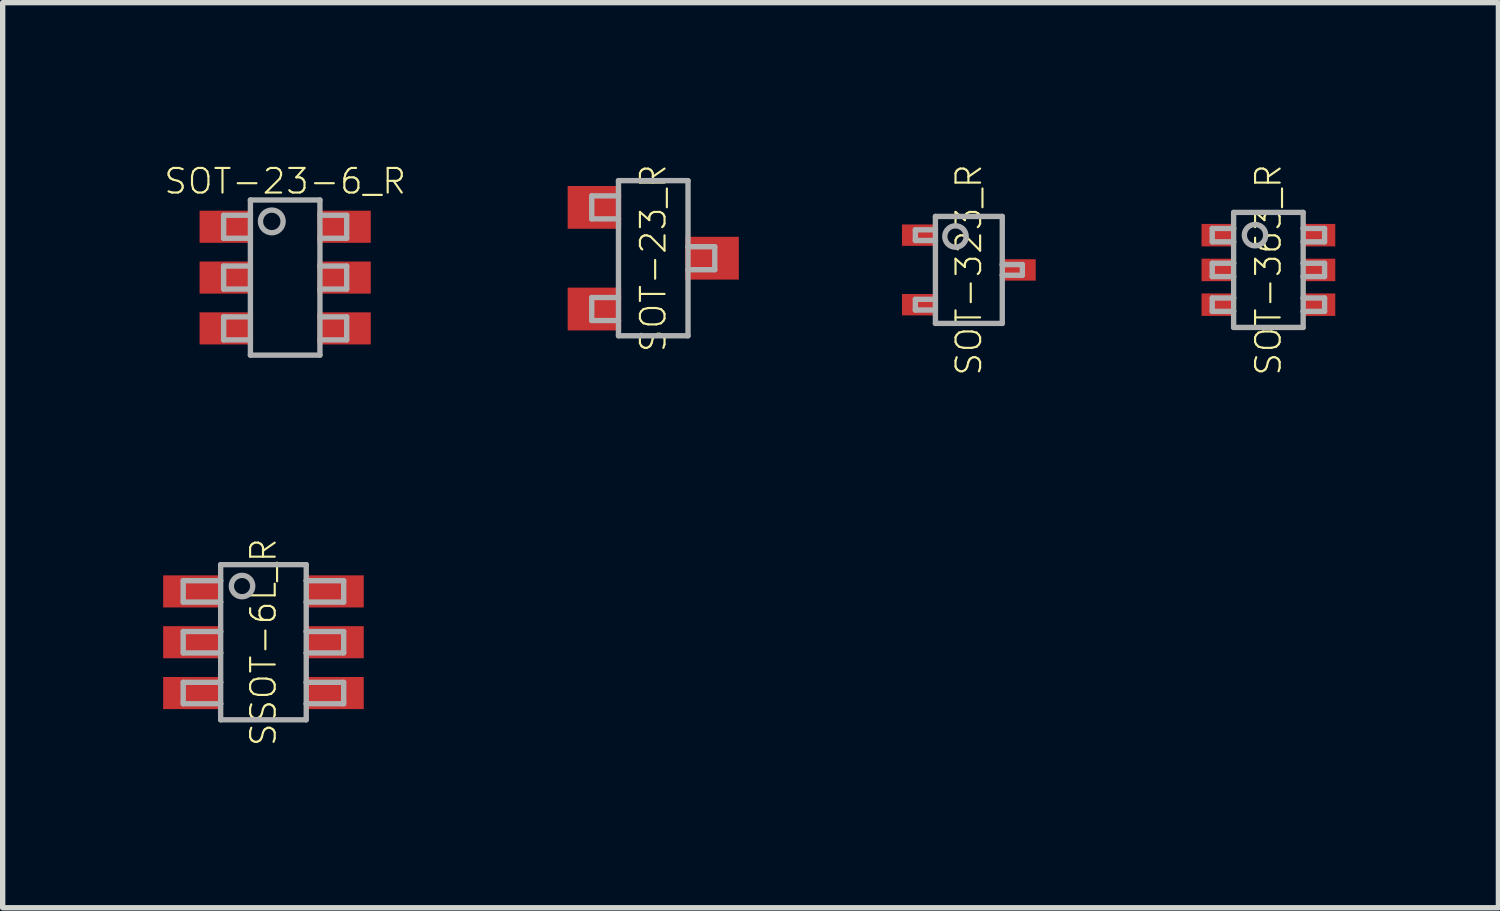
<source format=kicad_pcb>
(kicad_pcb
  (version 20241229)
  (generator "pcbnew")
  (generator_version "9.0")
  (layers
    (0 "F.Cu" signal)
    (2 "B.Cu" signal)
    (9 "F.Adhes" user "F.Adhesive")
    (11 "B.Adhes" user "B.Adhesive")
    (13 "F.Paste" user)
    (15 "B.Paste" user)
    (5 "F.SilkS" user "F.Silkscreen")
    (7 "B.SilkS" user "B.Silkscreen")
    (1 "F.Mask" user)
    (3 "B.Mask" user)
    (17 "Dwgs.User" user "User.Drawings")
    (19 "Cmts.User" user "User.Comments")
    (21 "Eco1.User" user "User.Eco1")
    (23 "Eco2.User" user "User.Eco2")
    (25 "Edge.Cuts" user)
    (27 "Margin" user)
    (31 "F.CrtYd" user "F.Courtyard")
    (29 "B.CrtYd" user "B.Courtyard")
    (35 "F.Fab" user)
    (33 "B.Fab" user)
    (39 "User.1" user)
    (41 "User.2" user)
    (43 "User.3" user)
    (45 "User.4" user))
  (footprint "SOT-23_R"
    (layer "F.Cu")
    (at 9.162 1.777)
    (property "Reference" "SOT-23_R" (at 0 0 90) (unlocked yes) (layer "F.SilkS") (effects (font (size 0.46 0.46) (thickness 0.04))))
    (fp_poly (pts (xy -0.6 -0.55) (xy -1.6 -0.55) (xy -1.6 -1.35) (xy -0.6 -1.35)) (stroke (width 0) (type default)) (fill yes) (layer "F.Paste"))
    (fp_poly (pts (xy -0.6 1.35) (xy -1.6 1.35) (xy -1.6 0.55) (xy -0.6 0.55)) (stroke (width 0) (type default)) (fill yes) (layer "F.Paste"))
    (fp_poly (pts (xy 1.6 0.4) (xy 0.6 0.4) (xy 0.6 -0.4) (xy 1.6 -0.4)) (stroke (width 0) (type default)) (fill yes) (layer "F.Paste"))
    (fp_line (start -1.15 -1.165) (end -0.65 -1.165) (stroke (width 0.1) (type solid)) (layer "F.Fab"))
    (fp_line (start -1.15 -0.735) (end -1.15 -1.165) (stroke (width 0.1) (type solid)) (layer "F.Fab"))
    (fp_line (start -1.15 0.735) (end -0.65 0.735) (stroke (width 0.1) (type solid)) (layer "F.Fab"))
    (fp_line (start -1.15 1.165) (end -1.15 0.735) (stroke (width 0.1) (type solid)) (layer "F.Fab"))
    (fp_line (start -0.65 -1.45) (end 0.65 -1.45) (stroke (width 0.1) (type solid)) (layer "F.Fab"))
    (fp_line (start -0.65 -1.165) (end -0.65 -1.45) (stroke (width 0.1) (type solid)) (layer "F.Fab"))
    (fp_line (start -0.65 -0.735) (end -1.15 -0.735) (stroke (width 0.1) (type solid)) (layer "F.Fab"))
    (fp_line (start -0.65 -0.735) (end -0.65 -1.165) (stroke (width 0.1) (type solid)) (layer "F.Fab"))
    (fp_line (start -0.65 0.735) (end -0.65 -0.735) (stroke (width 0.1) (type solid)) (layer "F.Fab"))
    (fp_line (start -0.65 1.165) (end -1.15 1.165) (stroke (width 0.1) (type solid)) (layer "F.Fab"))
    (fp_line (start -0.65 1.165) (end -0.65 0.735) (stroke (width 0.1) (type solid)) (layer "F.Fab"))
    (fp_line (start -0.65 1.45) (end -0.65 1.165) (stroke (width 0.1) (type solid)) (layer "F.Fab"))
    (fp_line (start 0.65 -1.45) (end 0.65 -0.215) (stroke (width 0.1) (type solid)) (layer "F.Fab"))
    (fp_line (start 0.65 -0.215) (end 0.65 0.215) (stroke (width 0.1) (type solid)) (layer "F.Fab"))
    (fp_line (start 0.65 0.215) (end 0.65 1.45) (stroke (width 0.1) (type solid)) (layer "F.Fab"))
    (fp_line (start 0.65 0.215) (end 1.15 0.215) (stroke (width 0.1) (type solid)) (layer "F.Fab"))
    (fp_line (start 0.65 1.45) (end -0.65 1.45) (stroke (width 0.1) (type solid)) (layer "F.Fab"))
    (fp_line (start 1.15 -0.215) (end 0.65 -0.215) (stroke (width 0.1) (type solid)) (layer "F.Fab"))
    (fp_line (start 1.15 0.215) (end 1.15 -0.215) (stroke (width 0.1) (type solid)) (layer "F.Fab"))
    (pad "1" smd rect (at -1.1 -0.95) (size 1 0.8) (layers "F.Cu" "F.Mask"))
    (pad "2" smd rect (at -1.1 0.95) (size 1 0.8) (layers "F.Cu" "F.Mask"))
    (pad "3" smd rect (at 1.1 0) (size 1 0.8) (layers "F.Cu" "F.Mask")))
  (footprint "SOT-23-6_R"
    (layer "F.Cu")
    (at 2.281 2.139)
    (property "Reference" "SOT-23-6_R" (at 0 -1.8 0) (unlocked yes) (layer "F.SilkS") (effects (font (size 0.46 0.46) (thickness 0.04))))
    (fp_poly (pts (xy -1.65 -0.6) (xy -0.55 -0.6) (xy -0.55 -1.3) (xy -1.65 -1.3)) (stroke (width 0) (type default)) (fill yes) (layer "F.Mask"))
    (fp_poly (pts (xy -1.65 0.35) (xy -0.55 0.35) (xy -0.55 -0.35) (xy -1.65 -0.35)) (stroke (width 0) (type default)) (fill yes) (layer "F.Mask"))
    (fp_poly (pts (xy -1.65 1.3) (xy -0.55 1.3) (xy -0.55 0.6) (xy -1.65 0.6)) (stroke (width 0) (type default)) (fill yes) (layer "F.Mask"))
    (fp_poly (pts (xy 0.55 -0.6) (xy 1.65 -0.6) (xy 1.65 -1.3) (xy 0.55 -1.3)) (stroke (width 0) (type default)) (fill yes) (layer "F.Mask"))
    (fp_poly (pts (xy 0.55 0.35) (xy 1.65 0.35) (xy 1.65 -0.35) (xy 0.55 -0.35)) (stroke (width 0) (type default)) (fill yes) (layer "F.Mask"))
    (fp_poly (pts (xy 0.55 1.3) (xy 1.65 1.3) (xy 1.65 0.6) (xy 0.55 0.6)) (stroke (width 0) (type default)) (fill yes) (layer "F.Mask"))
    (fp_line (start -1.15 -1.165) (end -0.65 -1.165) (stroke (width 0.1) (type solid)) (layer "F.Fab"))
    (fp_line (start -1.15 -0.735) (end -1.15 -1.165) (stroke (width 0.1) (type solid)) (layer "F.Fab"))
    (fp_line (start -1.15 -0.215) (end -1.15 0.215) (stroke (width 0.1) (type solid)) (layer "F.Fab"))
    (fp_line (start -1.15 0.215) (end -0.65 0.215) (stroke (width 0.1) (type solid)) (layer "F.Fab"))
    (fp_line (start -1.15 0.735) (end -0.65 0.735) (stroke (width 0.1) (type solid)) (layer "F.Fab"))
    (fp_line (start -1.15 1.165) (end -1.15 0.735) (stroke (width 0.1) (type solid)) (layer "F.Fab"))
    (fp_line (start -0.65 -1.45) (end 0.65 -1.45) (stroke (width 0.1) (type solid)) (layer "F.Fab"))
    (fp_line (start -0.65 -1.165) (end -0.65 -1.45) (stroke (width 0.1) (type solid)) (layer "F.Fab"))
    (fp_line (start -0.65 -0.735) (end -1.15 -0.735) (stroke (width 0.1) (type solid)) (layer "F.Fab"))
    (fp_line (start -0.65 -0.735) (end -0.65 -1.165) (stroke (width 0.1) (type solid)) (layer "F.Fab"))
    (fp_line (start -0.65 -0.215) (end -1.15 -0.215) (stroke (width 0.1) (type solid)) (layer "F.Fab"))
    (fp_line (start -0.65 0.735) (end -0.65 -0.735) (stroke (width 0.1) (type solid)) (layer "F.Fab"))
    (fp_line (start -0.65 1.165) (end -1.15 1.165) (stroke (width 0.1) (type solid)) (layer "F.Fab"))
    (fp_line (start -0.65 1.165) (end -0.65 0.735) (stroke (width 0.1) (type solid)) (layer "F.Fab"))
    (fp_line (start -0.65 1.45) (end -0.65 1.165) (stroke (width 0.1) (type solid)) (layer "F.Fab"))
    (fp_line (start 0.65 -1.45) (end 0.65 -0.215) (stroke (width 0.1) (type solid)) (layer "F.Fab"))
    (fp_line (start 0.65 -0.735) (end 1.15 -0.735) (stroke (width 0.1) (type solid)) (layer "F.Fab"))
    (fp_line (start 0.65 -0.215) (end 0.65 0.215) (stroke (width 0.1) (type solid)) (layer "F.Fab"))
    (fp_line (start 0.65 0.215) (end 0.65 1.45) (stroke (width 0.1) (type solid)) (layer "F.Fab"))
    (fp_line (start 0.65 0.215) (end 1.15 0.215) (stroke (width 0.1) (type solid)) (layer "F.Fab"))
    (fp_line (start 0.65 1.165) (end 1.15 1.165) (stroke (width 0.1) (type solid)) (layer "F.Fab"))
    (fp_line (start 0.65 1.45) (end -0.65 1.45) (stroke (width 0.1) (type solid)) (layer "F.Fab"))
    (fp_line (start 1.15 -1.165) (end 0.65 -1.165) (stroke (width 0.1) (type solid)) (layer "F.Fab"))
    (fp_line (start 1.15 -0.735) (end 1.15 -1.165) (stroke (width 0.1) (type solid)) (layer "F.Fab"))
    (fp_line (start 1.15 -0.215) (end 0.65 -0.215) (stroke (width 0.1) (type solid)) (layer "F.Fab"))
    (fp_line (start 1.15 0.215) (end 1.15 -0.215) (stroke (width 0.1) (type solid)) (layer "F.Fab"))
    (fp_line (start 1.15 0.735) (end 0.65 0.735) (stroke (width 0.1) (type solid)) (layer "F.Fab"))
    (fp_line (start 1.15 1.165) (end 1.15 0.735) (stroke (width 0.1) (type solid)) (layer "F.Fab"))
    (fp_circle (center -0.25 -1.05) (end -0.038 -1.05) (stroke (width 0.1) (type solid)) (fill no) (layer "F.Fab"))
    (pad "1" smd rect (at -1.1 -0.95) (size 1 0.6) (layers "F.Cu" "F.Paste"))
    (pad "2" smd rect (at -1.1 0) (size 1 0.6) (layers "F.Cu" "F.Paste"))
    (pad "3" smd rect (at -1.1 0.95) (size 1 0.6) (layers "F.Cu" "F.Paste"))
    (pad "4" smd rect (at 1.1 0.95) (size 1 0.6) (layers "F.Cu" "F.Paste"))
    (pad "5" smd rect (at 1.1 0) (size 1 0.6) (layers "F.Cu" "F.Paste"))
    (pad "6" smd rect (at 1.1 -0.95) (size 1 0.6) (layers "F.Cu" "F.Paste")))
  (footprint "SOT-363_R"
    (layer "F.Cu")
    (at 20.662 1.996)
    (property "Reference" "SOT-363_R" (at 0 0 90) (unlocked yes) (layer "F.SilkS") (effects (font (size 0.46 0.46) (thickness 0.04))))
    (fp_poly (pts (xy -1.3 -0.39) (xy -0.6 -0.39) (xy -0.6 -0.91) (xy -1.3 -0.91)) (stroke (width 0) (type default)) (fill yes) (layer "F.Mask"))
    (fp_poly (pts (xy -1.3 0.26) (xy -0.6 0.26) (xy -0.6 -0.26) (xy -1.3 -0.26)) (stroke (width 0) (type default)) (fill yes) (layer "F.Mask"))
    (fp_poly (pts (xy -1.3 0.91) (xy -0.6 0.91) (xy -0.6 0.39) (xy -1.3 0.39)) (stroke (width 0) (type default)) (fill yes) (layer "F.Mask"))
    (fp_poly (pts (xy 1.3 -0.91) (xy 0.6 -0.91) (xy 0.6 -0.39) (xy 1.3 -0.39)) (stroke (width 0) (type default)) (fill yes) (layer "F.Mask"))
    (fp_poly (pts (xy 1.3 -0.26) (xy 0.6 -0.26) (xy 0.6 0.26) (xy 1.3 0.26)) (stroke (width 0) (type default)) (fill yes) (layer "F.Mask"))
    (fp_poly (pts (xy 1.3 0.39) (xy 0.6 0.39) (xy 0.6 0.91) (xy 1.3 0.91)) (stroke (width 0) (type default)) (fill yes) (layer "F.Mask"))
    (fp_poly (pts (xy -0.65 -0.44) (xy -1.25 -0.44) (xy -1.25 -0.86) (xy -0.65 -0.86)) (stroke (width 0) (type default)) (fill yes) (layer "F.Paste"))
    (fp_poly (pts (xy -0.65 0.21) (xy -1.25 0.21) (xy -1.25 -0.21) (xy -0.65 -0.21)) (stroke (width 0) (type default)) (fill yes) (layer "F.Paste"))
    (fp_poly (pts (xy -0.65 0.86) (xy -1.25 0.86) (xy -1.25 0.44) (xy -0.65 0.44)) (stroke (width 0) (type default)) (fill yes) (layer "F.Paste"))
    (fp_poly (pts (xy 1.25 -0.44) (xy 0.65 -0.44) (xy 0.65 -0.86) (xy 1.25 -0.86)) (stroke (width 0) (type default)) (fill yes) (layer "F.Paste"))
    (fp_poly (pts (xy 1.25 0.21) (xy 0.65 0.21) (xy 0.65 -0.21) (xy 1.25 -0.21)) (stroke (width 0) (type default)) (fill yes) (layer "F.Paste"))
    (fp_poly (pts (xy 1.25 0.86) (xy 0.65 0.86) (xy 0.65 0.44) (xy 1.25 0.44)) (stroke (width 0) (type default)) (fill yes) (layer "F.Paste"))
    (fp_line (start -1.05 -0.775) (end -1.05 -0.525) (stroke (width 0.1) (type solid)) (layer "F.Fab"))
    (fp_line (start -1.05 -0.525) (end -0.65 -0.525) (stroke (width 0.1) (type solid)) (layer "F.Fab"))
    (fp_line (start -1.05 -0.125) (end -1.05 0.125) (stroke (width 0.1) (type solid)) (layer "F.Fab"))
    (fp_line (start -1.05 0.125) (end -0.65 0.125) (stroke (width 0.1) (type solid)) (layer "F.Fab"))
    (fp_line (start -1.05 0.525) (end -1.05 0.775) (stroke (width 0.1) (type solid)) (layer "F.Fab"))
    (fp_line (start -1.05 0.775) (end -0.65 0.775) (stroke (width 0.1) (type solid)) (layer "F.Fab"))
    (fp_line (start -0.65 -1.075) (end -0.65 -0.775) (stroke (width 0.1) (type solid)) (layer "F.Fab"))
    (fp_line (start -0.65 -1.075) (end 0.65 -1.075) (stroke (width 0.1) (type solid)) (layer "F.Fab"))
    (fp_line (start -0.65 -0.775) (end -1.05 -0.775) (stroke (width 0.1) (type solid)) (layer "F.Fab"))
    (fp_line (start -0.65 -0.775) (end -0.65 -0.525) (stroke (width 0.1) (type solid)) (layer "F.Fab"))
    (fp_line (start -0.65 -0.525) (end -0.65 -0.125) (stroke (width 0.1) (type solid)) (layer "F.Fab"))
    (fp_line (start -0.65 -0.125) (end -1.05 -0.125) (stroke (width 0.1) (type solid)) (layer "F.Fab"))
    (fp_line (start -0.65 -0.125) (end -0.65 0.125) (stroke (width 0.1) (type solid)) (layer "F.Fab"))
    (fp_line (start -0.65 0.125) (end -0.65 0.525) (stroke (width 0.1) (type solid)) (layer "F.Fab"))
    (fp_line (start -0.65 0.525) (end -1.05 0.525) (stroke (width 0.1) (type solid)) (layer "F.Fab"))
    (fp_line (start -0.65 0.525) (end -0.65 0.775) (stroke (width 0.1) (type solid)) (layer "F.Fab"))
    (fp_line (start -0.65 0.775) (end -0.65 1.075) (stroke (width 0.1) (type solid)) (layer "F.Fab"))
    (fp_line (start 0.65 -1.075) (end 0.65 -0.775) (stroke (width 0.1) (type solid)) (layer "F.Fab"))
    (fp_line (start 0.65 -0.775) (end 0.65 -0.525) (stroke (width 0.1) (type solid)) (layer "F.Fab"))
    (fp_line (start 0.65 -0.525) (end 0.65 -0.125) (stroke (width 0.1) (type solid)) (layer "F.Fab"))
    (fp_line (start 0.65 -0.525) (end 1.05 -0.525) (stroke (width 0.1) (type solid)) (layer "F.Fab"))
    (fp_line (start 0.65 -0.125) (end 0.65 0.125) (stroke (width 0.1) (type solid)) (layer "F.Fab"))
    (fp_line (start 0.65 0.125) (end 0.65 0.525) (stroke (width 0.1) (type solid)) (layer "F.Fab"))
    (fp_line (start 0.65 0.125) (end 1.05 0.125) (stroke (width 0.1) (type solid)) (layer "F.Fab"))
    (fp_line (start 0.65 0.525) (end 0.65 0.775) (stroke (width 0.1) (type solid)) (layer "F.Fab"))
    (fp_line (start 0.65 0.775) (end 0.65 1.075) (stroke (width 0.1) (type solid)) (layer "F.Fab"))
    (fp_line (start 0.65 0.775) (end 1.05 0.775) (stroke (width 0.1) (type solid)) (layer "F.Fab"))
    (fp_line (start 0.65 1.075) (end -0.65 1.075) (stroke (width 0.1) (type solid)) (layer "F.Fab"))
    (fp_line (start 1.05 -0.775) (end 0.65 -0.775) (stroke (width 0.1) (type solid)) (layer "F.Fab"))
    (fp_line (start 1.05 -0.525) (end 1.05 -0.775) (stroke (width 0.1) (type solid)) (layer "F.Fab"))
    (fp_line (start 1.05 -0.125) (end 0.65 -0.125) (stroke (width 0.1) (type solid)) (layer "F.Fab"))
    (fp_line (start 1.05 0.125) (end 1.05 -0.125) (stroke (width 0.1) (type solid)) (layer "F.Fab"))
    (fp_line (start 1.05 0.525) (end 0.65 0.525) (stroke (width 0.1) (type solid)) (layer "F.Fab"))
    (fp_line (start 1.05 0.775) (end 1.05 0.525) (stroke (width 0.1) (type solid)) (layer "F.Fab"))
    (fp_circle (center -0.25 -0.65) (end -0.05 -0.65) (stroke (width 0.1) (type solid)) (fill no) (layer "F.Fab"))
    (pad "1" smd rect (at -0.95 -0.65) (size 0.6 0.42) (layers "F.Cu"))
    (pad "2" smd rect (at -0.95 0) (size 0.6 0.42) (layers "F.Cu"))
    (pad "3" smd rect (at -0.95 0.65) (size 0.6 0.42) (layers "F.Cu"))
    (pad "4" smd rect (at 0.95 0.65) (size 0.6 0.42) (layers "F.Cu"))
    (pad "5" smd rect (at 0.95 0) (size 0.6 0.42) (layers "F.Cu"))
    (pad "6" smd rect (at 0.95 -0.65) (size 0.6 0.42) (layers "F.Cu")))
  (footprint "SSOT-6L_R"
    (layer "F.Cu")
    (at 1.875 8.956)
    (property "Reference" "SSOT-6L_R" (at 0 0 90) (unlocked yes) (layer "F.SilkS") (effects (font (size 0.46 0.46) (thickness 0.04))))
    (fp_poly (pts (xy -0.825 -0.65) (xy -1.875 -0.65) (xy -1.875 -1.25) (xy -0.825 -1.25)) (stroke (width 0) (type default)) (fill yes) (layer "F.Paste"))
    (fp_poly (pts (xy -0.825 0.3) (xy -1.875 0.3) (xy -1.875 -0.3) (xy -0.825 -0.3)) (stroke (width 0) (type default)) (fill yes) (layer "F.Paste"))
    (fp_poly (pts (xy -0.825 1.25) (xy -1.875 1.25) (xy -1.875 0.65) (xy -0.825 0.65)) (stroke (width 0) (type default)) (fill yes) (layer "F.Paste"))
    (fp_poly (pts (xy 1.875 -0.65) (xy 0.825 -0.65) (xy 0.825 -1.25) (xy 1.875 -1.25)) (stroke (width 0) (type default)) (fill yes) (layer "F.Paste"))
    (fp_poly (pts (xy 1.875 0.3) (xy 0.825 0.3) (xy 0.825 -0.3) (xy 1.875 -0.3)) (stroke (width 0) (type default)) (fill yes) (layer "F.Paste"))
    (fp_poly (pts (xy 1.875 1.25) (xy 0.825 1.25) (xy 0.825 0.65) (xy 1.875 0.65)) (stroke (width 0) (type default)) (fill yes) (layer "F.Paste"))
    (fp_line (start -1.5 -1.15) (end -1.5 -0.75) (stroke (width 0.1) (type solid)) (layer "F.Fab"))
    (fp_line (start -1.5 -0.75) (end -0.8 -0.75) (stroke (width 0.1) (type solid)) (layer "F.Fab"))
    (fp_line (start -1.5 -0.2) (end -1.5 0.2) (stroke (width 0.1) (type solid)) (layer "F.Fab"))
    (fp_line (start -1.5 0.75) (end -1.5 1.15) (stroke (width 0.1) (type solid)) (layer "F.Fab"))
    (fp_line (start -0.8 -1.45) (end 0.8 -1.45) (stroke (width 0.1) (type solid)) (layer "F.Fab"))
    (fp_line (start -0.8 -1.15) (end -1.5 -1.15) (stroke (width 0.1) (type solid)) (layer "F.Fab"))
    (fp_line (start -0.8 -1.15) (end -0.8 -1.45) (stroke (width 0.1) (type solid)) (layer "F.Fab"))
    (fp_line (start -0.8 -0.75) (end -0.8 -1.15) (stroke (width 0.1) (type solid)) (layer "F.Fab"))
    (fp_line (start -0.8 -0.2) (end -1.5 -0.2) (stroke (width 0.1) (type solid)) (layer "F.Fab"))
    (fp_line (start -0.8 -0.2) (end -0.8 -0.75) (stroke (width 0.1) (type solid)) (layer "F.Fab"))
    (fp_line (start -0.8 0.2) (end -1.5 0.2) (stroke (width 0.1) (type solid)) (layer "F.Fab"))
    (fp_line (start -0.8 0.2) (end -0.8 -0.2) (stroke (width 0.1) (type solid)) (layer "F.Fab"))
    (fp_line (start -0.8 0.75) (end -1.5 0.75) (stroke (width 0.1) (type solid)) (layer "F.Fab"))
    (fp_line (start -0.8 0.75) (end -0.8 0.2) (stroke (width 0.1) (type solid)) (layer "F.Fab"))
    (fp_line (start -0.8 1.15) (end -1.5 1.15) (stroke (width 0.1) (type solid)) (layer "F.Fab"))
    (fp_line (start -0.8 1.15) (end -0.8 0.75) (stroke (width 0.1) (type solid)) (layer "F.Fab"))
    (fp_line (start -0.8 1.45) (end -0.8 1.15) (stroke (width 0.1) (type solid)) (layer "F.Fab"))
    (fp_line (start 0.8 -1.45) (end 0.8 -1.15) (stroke (width 0.1) (type solid)) (layer "F.Fab"))
    (fp_line (start 0.8 -1.15) (end 0.8 -0.75) (stroke (width 0.1) (type solid)) (layer "F.Fab"))
    (fp_line (start 0.8 -0.75) (end 0.8 -0.2) (stroke (width 0.1) (type solid)) (layer "F.Fab"))
    (fp_line (start 0.8 -0.2) (end 0.8 0.2) (stroke (width 0.1) (type solid)) (layer "F.Fab"))
    (fp_line (start 0.8 -0.2) (end 1.5 -0.2) (stroke (width 0.1) (type solid)) (layer "F.Fab"))
    (fp_line (start 0.8 0.2) (end 0.8 0.75) (stroke (width 0.1) (type solid)) (layer "F.Fab"))
    (fp_line (start 0.8 0.2) (end 1.5 0.2) (stroke (width 0.1) (type solid)) (layer "F.Fab"))
    (fp_line (start 0.8 0.75) (end 0.8 1.15) (stroke (width 0.1) (type solid)) (layer "F.Fab"))
    (fp_line (start 0.8 1.15) (end 0.8 1.45) (stroke (width 0.1) (type solid)) (layer "F.Fab"))
    (fp_line (start 0.8 1.45) (end -0.8 1.45) (stroke (width 0.1) (type solid)) (layer "F.Fab"))
    (fp_line (start 1.5 -1.15) (end 0.8 -1.15) (stroke (width 0.1) (type solid)) (layer "F.Fab"))
    (fp_line (start 1.5 -1.15) (end 1.5 -0.75) (stroke (width 0.1) (type solid)) (layer "F.Fab"))
    (fp_line (start 1.5 -0.75) (end 0.8 -0.75) (stroke (width 0.1) (type solid)) (layer "F.Fab"))
    (fp_line (start 1.5 0.2) (end 1.5 -0.2) (stroke (width 0.1) (type solid)) (layer "F.Fab"))
    (fp_line (start 1.5 0.75) (end 0.8 0.75) (stroke (width 0.1) (type solid)) (layer "F.Fab"))
    (fp_line (start 1.5 0.75) (end 1.5 1.15) (stroke (width 0.1) (type solid)) (layer "F.Fab"))
    (fp_line (start 1.5 1.15) (end 0.8 1.15) (stroke (width 0.1) (type solid)) (layer "F.Fab"))
    (fp_circle (center -0.4 -1.05) (end -0.2 -1.05) (stroke (width 0.1) (type solid)) (fill no) (layer "F.Fab"))
    (pad "1" smd rect (at -1.35 -0.95) (size 1.05 0.6) (layers "F.Cu" "F.Mask"))
    (pad "2" smd rect (at -1.35 0) (size 1.05 0.6) (layers "F.Cu" "F.Mask"))
    (pad "3" smd rect (at -1.35 0.95) (size 1.05 0.6) (layers "F.Cu" "F.Mask"))
    (pad "4" smd rect (at 1.35 0.95) (size 1.05 0.6) (layers "F.Cu" "F.Mask"))
    (pad "5" smd rect (at 1.35 0 180) (size 1.05 0.6) (layers "F.Cu" "F.Mask"))
    (pad "6" smd rect (at 1.35 -0.95) (size 1.05 0.6) (layers "F.Cu" "F.Mask")))
  (footprint "SOT-323_R"
    (layer "F.Cu")
    (at 15.062 1.996)
    (property "Reference" "SOT-323_R" (at 0 0 90) (unlocked yes) (layer "F.SilkS") (effects (font (size 0.46 0.46) (thickness 0.04))))
    (fp_poly (pts (xy -1.3 -0.4) (xy -0.54 -0.4) (xy -0.54 -0.912) (xy -1.3 -0.912)) (stroke (width 0) (type default)) (fill yes) (layer "F.Mask"))
    (fp_poly (pts (xy -1.3 0.9) (xy -0.54 0.9) (xy -0.54 0.388) (xy -1.3 0.388)) (stroke (width 0) (type default)) (fill yes) (layer "F.Mask"))
    (fp_poly (pts (xy 1.3 -0.25) (xy 0.54 -0.25) (xy 0.54 0.263) (xy 1.3 0.263)) (stroke (width 0) (type default)) (fill yes) (layer "F.Mask"))
    (fp_line (start -1 -0.75) (end -1 -0.55) (stroke (width 0.1) (type solid)) (layer "F.Fab"))
    (fp_line (start -1 -0.55) (end -0.625 -0.55) (stroke (width 0.1) (type solid)) (layer "F.Fab"))
    (fp_line (start -1 0.55) (end -1 0.75) (stroke (width 0.1) (type solid)) (layer "F.Fab"))
    (fp_line (start -1 0.75) (end -0.625 0.75) (stroke (width 0.1) (type solid)) (layer "F.Fab"))
    (fp_line (start -0.625 -1) (end -0.625 -0.75) (stroke (width 0.1) (type solid)) (layer "F.Fab"))
    (fp_line (start -0.625 -0.75) (end -1 -0.75) (stroke (width 0.1) (type solid)) (layer "F.Fab"))
    (fp_line (start -0.625 -0.75) (end -0.625 -0.55) (stroke (width 0.1) (type solid)) (layer "F.Fab"))
    (fp_line (start -0.625 -0.55) (end -0.625 0.55) (stroke (width 0.1) (type solid)) (layer "F.Fab"))
    (fp_line (start -0.625 0.55) (end -1 0.55) (stroke (width 0.1) (type solid)) (layer "F.Fab"))
    (fp_line (start -0.625 0.55) (end -0.625 0.75) (stroke (width 0.1) (type solid)) (layer "F.Fab"))
    (fp_line (start -0.625 0.75) (end -0.625 1) (stroke (width 0.1) (type solid)) (layer "F.Fab"))
    (fp_line (start -0.625 1) (end 0.625 1) (stroke (width 0.1) (type solid)) (layer "F.Fab"))
    (fp_line (start 0.625 -1) (end -0.625 -1) (stroke (width 0.1) (type solid)) (layer "F.Fab"))
    (fp_line (start 0.625 -0.1) (end 0.625 -1) (stroke (width 0.1) (type solid)) (layer "F.Fab"))
    (fp_line (start 0.625 0.1) (end 0.625 -0.1) (stroke (width 0.1) (type solid)) (layer "F.Fab"))
    (fp_line (start 0.625 0.1) (end 1 0.1) (stroke (width 0.1) (type solid)) (layer "F.Fab"))
    (fp_line (start 0.625 1) (end 0.625 0.1) (stroke (width 0.1) (type solid)) (layer "F.Fab"))
    (fp_line (start 1 -0.1) (end 0.625 -0.1) (stroke (width 0.1) (type solid)) (layer "F.Fab"))
    (fp_line (start 1 0.1) (end 1 -0.1) (stroke (width 0.1) (type solid)) (layer "F.Fab"))
    (fp_circle (center -0.25 -0.625) (end -0.05 -0.625) (stroke (width 0.1) (type solid)) (fill no) (layer "F.Fab"))
    (pad "1" smd rect (at -0.92 -0.65 90) (size 0.4 0.66) (layers "F.Cu" "F.Paste"))
    (pad "2" smd rect (at -0.92 0.65 90) (size 0.4 0.66) (layers "F.Cu" "F.Paste"))
    (pad "3" smd rect (at 0.92 0 90) (size 0.4 0.66) (layers "F.Cu" "F.Paste")))
  (gr_rect
    (start -3 -3)
    (end 24.962 13.92)
    (stroke (width 0.1) (type default))
    (fill no)
    (layer "Edge.Cuts")))
</source>
